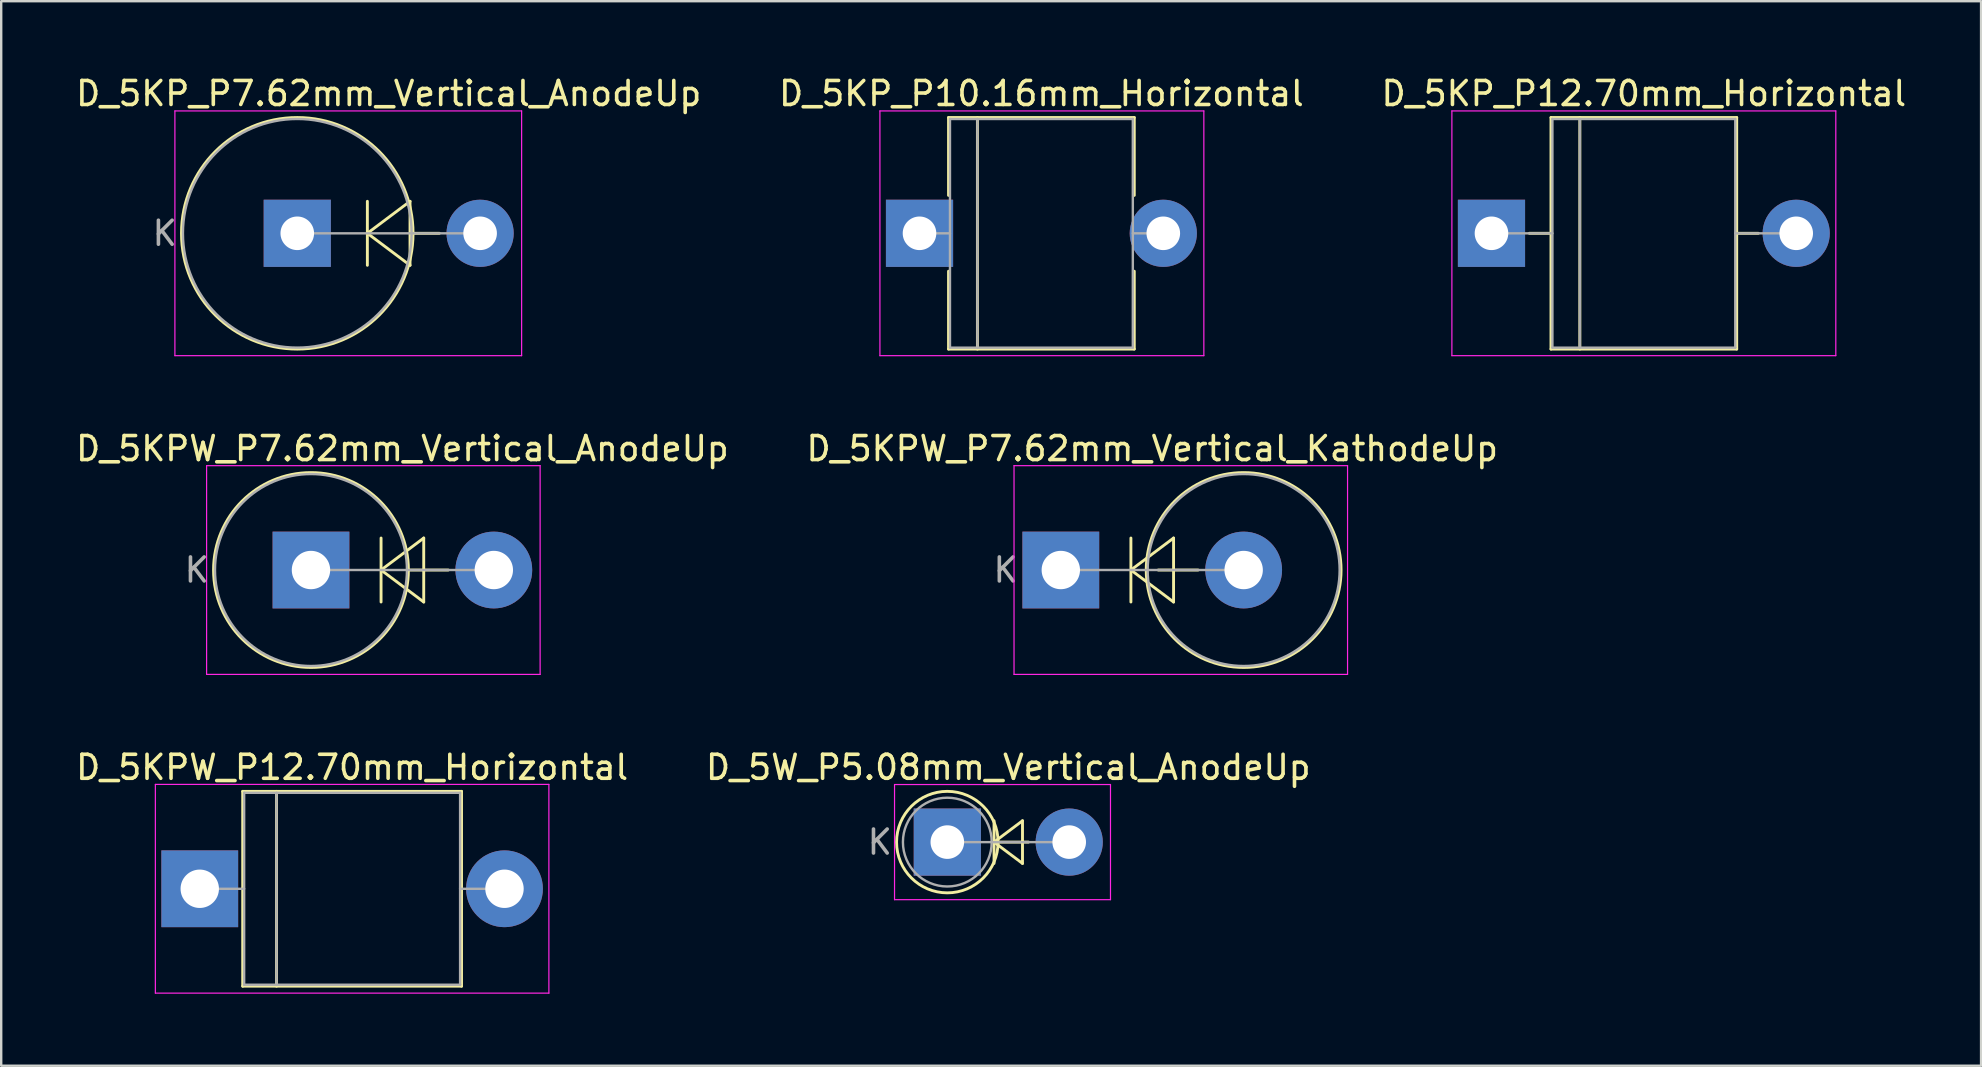
<source format=kicad_pcb>
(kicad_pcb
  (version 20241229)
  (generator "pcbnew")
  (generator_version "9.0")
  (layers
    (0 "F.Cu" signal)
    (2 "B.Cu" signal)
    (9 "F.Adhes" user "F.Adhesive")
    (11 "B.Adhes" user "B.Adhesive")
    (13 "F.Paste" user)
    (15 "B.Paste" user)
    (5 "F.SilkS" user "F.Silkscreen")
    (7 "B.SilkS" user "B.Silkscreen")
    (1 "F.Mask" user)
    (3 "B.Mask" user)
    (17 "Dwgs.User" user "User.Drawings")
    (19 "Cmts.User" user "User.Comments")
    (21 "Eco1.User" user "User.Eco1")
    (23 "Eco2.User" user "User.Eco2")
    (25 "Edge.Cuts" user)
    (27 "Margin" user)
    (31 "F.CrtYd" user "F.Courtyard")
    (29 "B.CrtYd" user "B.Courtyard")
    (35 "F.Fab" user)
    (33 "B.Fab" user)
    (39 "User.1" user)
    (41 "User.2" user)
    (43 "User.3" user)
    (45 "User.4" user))
  (footprint "D_5KPW_P7.62mm_Vertical_AnodeUp"
    (layer "F.Cu")
    (at 9.91 20.706)
    (property "Reference" "D_5KPW_P7.62mm_Vertical_AnodeUp" (at 3.81 -5.06 0) (layer "F.SilkS") (effects (font (size 1 1) (thickness 0.15))))
    (attr through_hole)
    (fp_line (start 2.921 -1.333) (end 2.921 1.333) (stroke (width 0.12) (type solid)) (layer "F.SilkS"))
    (fp_line (start 2.921 0) (end 4.699 -1.333) (stroke (width 0.12) (type solid)) (layer "F.SilkS"))
    (fp_line (start 4.06 0) (end 5.72 0) (stroke (width 0.12) (type solid)) (layer "F.SilkS"))
    (fp_line (start 4.699 -1.333) (end 4.699 1.333) (stroke (width 0.12) (type solid)) (layer "F.SilkS"))
    (fp_line (start 4.699 1.333) (end 2.921 0) (stroke (width 0.12) (type solid)) (layer "F.SilkS"))
    (fp_circle (center 0 0) (end 4.06 0) (stroke (width 0.12) (type solid)) (fill no) (layer "F.SilkS"))
    (fp_line (start -4.35 -4.35) (end -4.35 4.35) (stroke (width 0.05) (type solid)) (layer "F.CrtYd"))
    (fp_line (start -4.35 4.35) (end 9.55 4.35) (stroke (width 0.05) (type solid)) (layer "F.CrtYd"))
    (fp_line (start 9.55 -4.35) (end -4.35 -4.35) (stroke (width 0.05) (type solid)) (layer "F.CrtYd"))
    (fp_line (start 9.55 4.35) (end 9.55 -4.35) (stroke (width 0.05) (type solid)) (layer "F.CrtYd"))
    (fp_line (start 0 0) (end 7.62 0) (stroke (width 0.1) (type solid)) (layer "F.Fab"))
    (fp_circle (center 0 0) (end 4 0) (stroke (width 0.1) (type solid)) (fill no) (layer "F.Fab"))
    (fp_text user "K" (at -4.76 0 0) (layer "F.Fab") (effects (font (size 1 1) (thickness 0.15))))
    (pad "1" thru_hole rect (at 0 0) (size 3.2 3.2) (drill 1.6) (layers "*.Cu" "*.Mask"))
    (pad "2" thru_hole oval (at 7.62 0) (size 3.2 3.2) (drill 1.6) (layers "*.Cu" "*.Mask")))
  (footprint "D_5KPW_P12.70mm_Horizontal"
    (layer "F.Cu")
    (at 5.275 33.99)
    (property "Reference" "D_5KPW_P12.70mm_Horizontal" (at 6.35 -5.06 0) (layer "F.SilkS") (effects (font (size 1 1) (thickness 0.15))))
    (attr through_hole)
    (fp_line (start 1.78 0) (end 1.79 0) (stroke (width 0.12) (type solid)) (layer "F.SilkS"))
    (fp_line (start 1.79 -4.06) (end 1.79 4.06) (stroke (width 0.12) (type solid)) (layer "F.SilkS"))
    (fp_line (start 1.79 4.06) (end 10.91 4.06) (stroke (width 0.12) (type solid)) (layer "F.SilkS"))
    (fp_line (start 3.2 -4.06) (end 3.2 4.06) (stroke (width 0.12) (type solid)) (layer "F.SilkS"))
    (fp_line (start 10.91 -4.06) (end 1.79 -4.06) (stroke (width 0.12) (type solid)) (layer "F.SilkS"))
    (fp_line (start 10.91 4.06) (end 10.91 -4.06) (stroke (width 0.12) (type solid)) (layer "F.SilkS"))
    (fp_line (start 10.92 0) (end 10.91 0) (stroke (width 0.12) (type solid)) (layer "F.SilkS"))
    (fp_line (start -1.85 -4.35) (end -1.85 4.35) (stroke (width 0.05) (type solid)) (layer "F.CrtYd"))
    (fp_line (start -1.85 4.35) (end 14.55 4.35) (stroke (width 0.05) (type solid)) (layer "F.CrtYd"))
    (fp_line (start 14.55 -4.35) (end -1.85 -4.35) (stroke (width 0.05) (type solid)) (layer "F.CrtYd"))
    (fp_line (start 14.55 4.35) (end 14.55 -4.35) (stroke (width 0.05) (type solid)) (layer "F.CrtYd"))
    (fp_line (start 0 0) (end 1.85 0) (stroke (width 0.1) (type solid)) (layer "F.Fab"))
    (fp_line (start 1.85 -4) (end 1.85 4) (stroke (width 0.1) (type solid)) (layer "F.Fab"))
    (fp_line (start 1.85 4) (end 10.85 4) (stroke (width 0.1) (type solid)) (layer "F.Fab"))
    (fp_line (start 3.2 -4) (end 3.2 4) (stroke (width 0.1) (type solid)) (layer "F.Fab"))
    (fp_line (start 10.85 -4) (end 1.85 -4) (stroke (width 0.1) (type solid)) (layer "F.Fab"))
    (fp_line (start 10.85 4) (end 10.85 -4) (stroke (width 0.1) (type solid)) (layer "F.Fab"))
    (fp_line (start 12.7 0) (end 10.85 0) (stroke (width 0.1) (type solid)) (layer "F.Fab"))
    (pad "1" thru_hole rect (at 0 0) (size 3.2 3.2) (drill 1.6) (layers "*.Cu" "*.Mask"))
    (pad "2" thru_hole oval (at 12.7 0) (size 3.2 3.2) (drill 1.6) (layers "*.Cu" "*.Mask")))
  (footprint "D_5KP_P7.62mm_Vertical_AnodeUp"
    (layer "F.Cu")
    (at 9.339 6.673)
    (property "Reference" "D_5KP_P7.62mm_Vertical_AnodeUp" (at 3.81 -5.825 0) (layer "F.SilkS") (effects (font (size 1 1) (thickness 0.15))))
    (attr through_hole)
    (fp_line (start 2.921 -1.333) (end 2.921 1.333) (stroke (width 0.12) (type solid)) (layer "F.SilkS"))
    (fp_line (start 2.921 0) (end 4.699 -1.333) (stroke (width 0.12) (type solid)) (layer "F.SilkS"))
    (fp_line (start 4.699 -1.333) (end 4.699 1.333) (stroke (width 0.12) (type solid)) (layer "F.SilkS"))
    (fp_line (start 4.699 1.333) (end 2.921 0) (stroke (width 0.12) (type solid)) (layer "F.SilkS"))
    (fp_line (start 4.825 0) (end 5.92 0) (stroke (width 0.12) (type solid)) (layer "F.SilkS"))
    (fp_circle (center 0 0) (end 4.825 0) (stroke (width 0.12) (type solid)) (fill no) (layer "F.SilkS"))
    (fp_line (start -5.1 -5.1) (end -5.1 5.1) (stroke (width 0.05) (type solid)) (layer "F.CrtYd"))
    (fp_line (start -5.1 5.1) (end 9.35 5.1) (stroke (width 0.05) (type solid)) (layer "F.CrtYd"))
    (fp_line (start 9.35 -5.1) (end -5.1 -5.1) (stroke (width 0.05) (type solid)) (layer "F.CrtYd"))
    (fp_line (start 9.35 5.1) (end 9.35 -5.1) (stroke (width 0.05) (type solid)) (layer "F.CrtYd"))
    (fp_line (start 0 0) (end 7.62 0) (stroke (width 0.1) (type solid)) (layer "F.Fab"))
    (fp_circle (center 0 0) (end 4.765 0) (stroke (width 0.1) (type solid)) (fill no) (layer "F.Fab"))
    (fp_text user "K" (at -5.525 0 0) (layer "F.Fab") (effects (font (size 1 1) (thickness 0.15))))
    (pad "1" thru_hole rect (at 0 0) (size 2.8 2.8) (drill 1.4) (layers "*.Cu" "*.Mask"))
    (pad "2" thru_hole oval (at 7.62 0) (size 2.8 2.8) (drill 1.4) (layers "*.Cu" "*.Mask")))
  (footprint "D_5KP_P10.16mm_Horizontal"
    (layer "F.Cu")
    (at 35.271 6.673)
    (property "Reference" "D_5KP_P10.16mm_Horizontal" (at 5.08 -5.825 0) (layer "F.SilkS") (effects (font (size 1 1) (thickness 0.15))))
    (attr through_hole)
    (fp_line (start 1.21 -4.825) (end 8.95 -4.825) (stroke (width 0.12) (type solid)) (layer "F.SilkS"))
    (fp_line (start 1.21 -1.58) (end 1.21 -4.825) (stroke (width 0.12) (type solid)) (layer "F.SilkS"))
    (fp_line (start 1.21 1.58) (end 1.21 4.825) (stroke (width 0.12) (type solid)) (layer "F.SilkS"))
    (fp_line (start 1.21 4.825) (end 8.95 4.825) (stroke (width 0.12) (type solid)) (layer "F.SilkS"))
    (fp_line (start 2.413 -4.825) (end 2.413 4.825) (stroke (width 0.12) (type solid)) (layer "F.SilkS"))
    (fp_line (start 8.95 -4.825) (end 8.95 -1.58) (stroke (width 0.12) (type solid)) (layer "F.SilkS"))
    (fp_line (start 8.95 4.825) (end 8.95 1.58) (stroke (width 0.12) (type solid)) (layer "F.SilkS"))
    (fp_line (start -1.65 -5.1) (end -1.65 5.1) (stroke (width 0.05) (type solid)) (layer "F.CrtYd"))
    (fp_line (start -1.65 5.1) (end 11.85 5.1) (stroke (width 0.05) (type solid)) (layer "F.CrtYd"))
    (fp_line (start 11.85 -5.1) (end -1.65 -5.1) (stroke (width 0.05) (type solid)) (layer "F.CrtYd"))
    (fp_line (start 11.85 5.1) (end 11.85 -5.1) (stroke (width 0.05) (type solid)) (layer "F.CrtYd"))
    (fp_line (start 0 0) (end 1.27 0) (stroke (width 0.1) (type solid)) (layer "F.Fab"))
    (fp_line (start 1.27 -4.765) (end 1.27 4.765) (stroke (width 0.1) (type solid)) (layer "F.Fab"))
    (fp_line (start 1.27 4.765) (end 8.89 4.765) (stroke (width 0.1) (type solid)) (layer "F.Fab"))
    (fp_line (start 2.413 -4.765) (end 2.413 4.765) (stroke (width 0.1) (type solid)) (layer "F.Fab"))
    (fp_line (start 8.89 -4.765) (end 1.27 -4.765) (stroke (width 0.1) (type solid)) (layer "F.Fab"))
    (fp_line (start 8.89 4.765) (end 8.89 -4.765) (stroke (width 0.1) (type solid)) (layer "F.Fab"))
    (fp_line (start 10.16 0) (end 8.89 0) (stroke (width 0.1) (type solid)) (layer "F.Fab"))
    (pad "1" thru_hole rect (at 0 0) (size 2.8 2.8) (drill 1.4) (layers "*.Cu" "*.Mask"))
    (pad "2" thru_hole oval (at 10.16 0) (size 2.8 2.8) (drill 1.4) (layers "*.Cu" "*.Mask")))
  (footprint "D_5KP_P12.70mm_Horizontal"
    (layer "F.Cu")
    (at 59.108 6.673)
    (property "Reference" "D_5KP_P12.70mm_Horizontal" (at 6.35 -5.825 0) (layer "F.SilkS") (effects (font (size 1 1) (thickness 0.15))))
    (attr through_hole)
    (fp_line (start 1.58 0) (end 2.48 0) (stroke (width 0.12) (type solid)) (layer "F.SilkS"))
    (fp_line (start 2.48 -4.825) (end 2.48 4.825) (stroke (width 0.12) (type solid)) (layer "F.SilkS"))
    (fp_line (start 2.48 4.825) (end 10.22 4.825) (stroke (width 0.12) (type solid)) (layer "F.SilkS"))
    (fp_line (start 3.683 -4.825) (end 3.683 4.825) (stroke (width 0.12) (type solid)) (layer "F.SilkS"))
    (fp_line (start 10.22 -4.825) (end 2.48 -4.825) (stroke (width 0.12) (type solid)) (layer "F.SilkS"))
    (fp_line (start 10.22 4.825) (end 10.22 -4.825) (stroke (width 0.12) (type solid)) (layer "F.SilkS"))
    (fp_line (start 11.12 0) (end 10.22 0) (stroke (width 0.12) (type solid)) (layer "F.SilkS"))
    (fp_line (start -1.65 -5.1) (end -1.65 5.1) (stroke (width 0.05) (type solid)) (layer "F.CrtYd"))
    (fp_line (start -1.65 5.1) (end 14.35 5.1) (stroke (width 0.05) (type solid)) (layer "F.CrtYd"))
    (fp_line (start 14.35 -5.1) (end -1.65 -5.1) (stroke (width 0.05) (type solid)) (layer "F.CrtYd"))
    (fp_line (start 14.35 5.1) (end 14.35 -5.1) (stroke (width 0.05) (type solid)) (layer "F.CrtYd"))
    (fp_line (start 0 0) (end 2.54 0) (stroke (width 0.1) (type solid)) (layer "F.Fab"))
    (fp_line (start 2.54 -4.765) (end 2.54 4.765) (stroke (width 0.1) (type solid)) (layer "F.Fab"))
    (fp_line (start 2.54 4.765) (end 10.16 4.765) (stroke (width 0.1) (type solid)) (layer "F.Fab"))
    (fp_line (start 3.683 -4.765) (end 3.683 4.765) (stroke (width 0.1) (type solid)) (layer "F.Fab"))
    (fp_line (start 10.16 -4.765) (end 2.54 -4.765) (stroke (width 0.1) (type solid)) (layer "F.Fab"))
    (fp_line (start 10.16 4.765) (end 10.16 -4.765) (stroke (width 0.1) (type solid)) (layer "F.Fab"))
    (fp_line (start 12.7 0) (end 10.16 0) (stroke (width 0.1) (type solid)) (layer "F.Fab"))
    (pad "1" thru_hole rect (at 0 0) (size 2.8 2.8) (drill 1.4) (layers "*.Cu" "*.Mask"))
    (pad "2" thru_hole oval (at 12.7 0) (size 2.8 2.8) (drill 1.4) (layers "*.Cu" "*.Mask")))
  (footprint "D_5W_P5.08mm_Vertical_AnodeUp"
    (layer "F.Cu")
    (at 36.43 32.045)
    (property "Reference" "D_5W_P5.08mm_Vertical_AnodeUp" (at 2.54 -3.115 0) (layer "F.SilkS") (effects (font (size 1 1) (thickness 0.15))))
    (attr through_hole)
    (fp_line (start 1.947 -0.889) (end 1.947 0.889) (stroke (width 0.12) (type solid)) (layer "F.SilkS"))
    (fp_line (start 1.947 0) (end 3.133 -0.889) (stroke (width 0.12) (type solid)) (layer "F.SilkS"))
    (fp_line (start 2.115 0) (end 3.38 0) (stroke (width 0.12) (type solid)) (layer "F.SilkS"))
    (fp_line (start 3.133 -0.889) (end 3.133 0.889) (stroke (width 0.12) (type solid)) (layer "F.SilkS"))
    (fp_line (start 3.133 0.889) (end 1.947 0) (stroke (width 0.12) (type solid)) (layer "F.SilkS"))
    (fp_circle (center 0 0) (end 2.115 0) (stroke (width 0.12) (type solid)) (fill no) (layer "F.SilkS"))
    (fp_line (start -2.2 -2.4) (end -2.2 2.4) (stroke (width 0.05) (type solid)) (layer "F.CrtYd"))
    (fp_line (start -2.2 2.4) (end 6.8 2.4) (stroke (width 0.05) (type solid)) (layer "F.CrtYd"))
    (fp_line (start 6.8 -2.4) (end -2.2 -2.4) (stroke (width 0.05) (type solid)) (layer "F.CrtYd"))
    (fp_line (start 6.8 2.4) (end 6.8 -2.4) (stroke (width 0.05) (type solid)) (layer "F.CrtYd"))
    (fp_line (start 0 0) (end 5.08 0) (stroke (width 0.1) (type solid)) (layer "F.Fab"))
    (fp_circle (center 0 0) (end 1.85 0) (stroke (width 0.1) (type solid)) (fill no) (layer "F.Fab"))
    (fp_text user "K" (at -2.815 0 0) (layer "F.Fab") (effects (font (size 1 1) (thickness 0.15))))
    (pad "1" thru_hole rect (at 0 0) (size 2.8 2.8) (drill 1.4) (layers "*.Cu" "*.Mask"))
    (pad "2" thru_hole oval (at 5.08 0) (size 2.8 2.8) (drill 1.4) (layers "*.Cu" "*.Mask")))
  (footprint "D_5KPW_P7.62mm_Vertical_KathodeUp"
    (layer "F.Cu")
    (at 41.16 20.706)
    (property "Reference" "D_5KPW_P7.62mm_Vertical_KathodeUp" (at 3.81 -5.06 0) (layer "F.SilkS") (effects (font (size 1 1) (thickness 0.15))))
    (attr through_hole)
    (fp_line (start 2.921 -1.333) (end 2.921 1.333) (stroke (width 0.12) (type solid)) (layer "F.SilkS"))
    (fp_line (start 2.921 0) (end 4.699 -1.333) (stroke (width 0.12) (type solid)) (layer "F.SilkS"))
    (fp_line (start 4.06 0) (end 5.72 0) (stroke (width 0.12) (type solid)) (layer "F.SilkS"))
    (fp_line (start 4.699 -1.333) (end 4.699 1.333) (stroke (width 0.12) (type solid)) (layer "F.SilkS"))
    (fp_line (start 4.699 1.333) (end 2.921 0) (stroke (width 0.12) (type solid)) (layer "F.SilkS"))
    (fp_circle (center 7.62 0) (end 11.68 0) (stroke (width 0.12) (type solid)) (fill no) (layer "F.SilkS"))
    (fp_line (start -1.95 -4.35) (end -1.95 4.35) (stroke (width 0.05) (type solid)) (layer "F.CrtYd"))
    (fp_line (start -1.95 4.35) (end 11.95 4.35) (stroke (width 0.05) (type solid)) (layer "F.CrtYd"))
    (fp_line (start 11.95 -4.35) (end -1.95 -4.35) (stroke (width 0.05) (type solid)) (layer "F.CrtYd"))
    (fp_line (start 11.95 4.35) (end 11.95 -4.35) (stroke (width 0.05) (type solid)) (layer "F.CrtYd"))
    (fp_line (start 0 0) (end 7.62 0) (stroke (width 0.1) (type solid)) (layer "F.Fab"))
    (fp_circle (center 7.62 0) (end 11.62 0) (stroke (width 0.1) (type solid)) (fill no) (layer "F.Fab"))
    (fp_text user "K" (at -2.3 0 0) (layer "F.Fab") (effects (font (size 1 1) (thickness 0.15))))
    (pad "1" thru_hole rect (at 0 0) (size 3.2 3.2) (drill 1.6) (layers "*.Cu" "*.Mask"))
    (pad "2" thru_hole oval (at 7.62 0) (size 3.2 3.2) (drill 1.6) (layers "*.Cu" "*.Mask")))
  (gr_rect
    (start -3 -3)
    (end 79.512 41.365)
    (stroke (width 0.1) (type default))
    (fill no)
    (layer "Edge.Cuts")))
</source>
